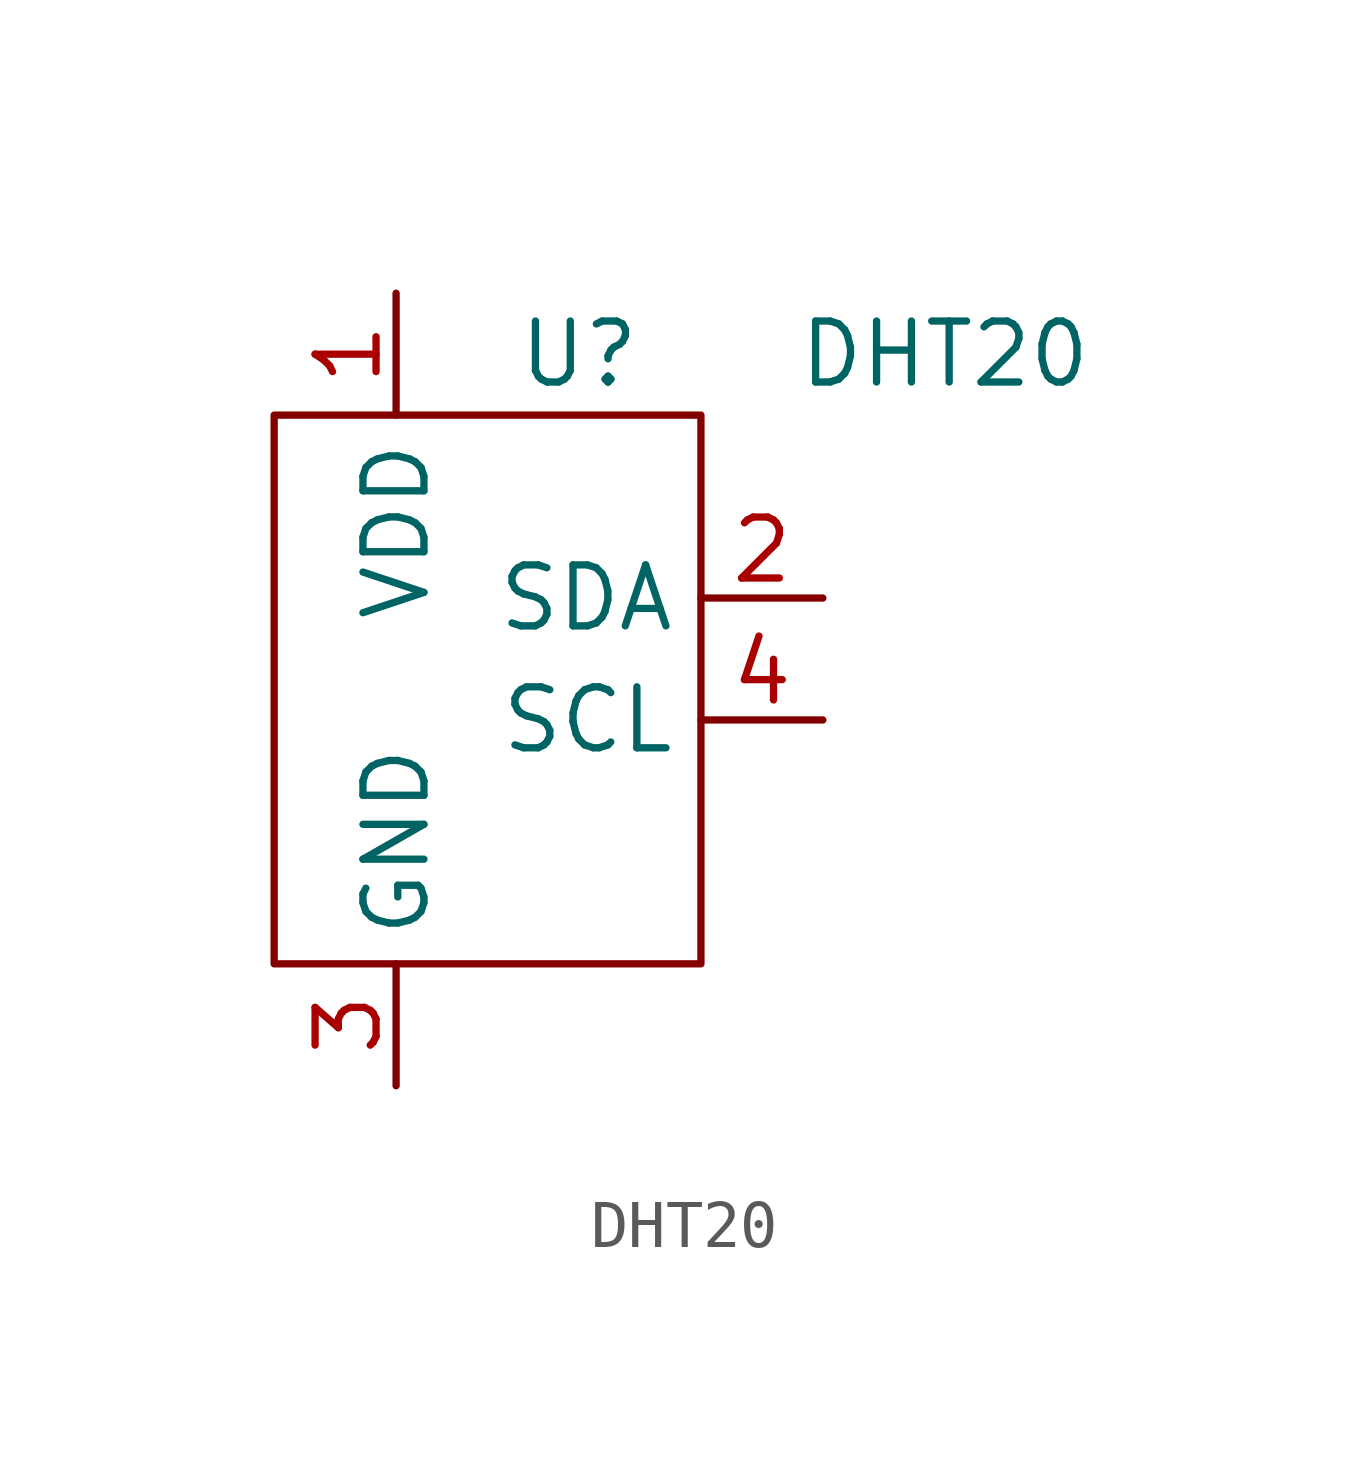
<source format=kicad_sym>
(kicad_symbol_lib
  (version 20220914)
  (generator kicad_symbol_editor)
  (symbol "DHT20"
    (property "Reference" "U"
      (at 7.62 7.62 0)
      (effects (font (size 1.27 1.27))))
    (property "Value" "DHT20"
      (at 15.24 7.62 0)
      (effects (font (size 1.27 1.27))))
    (symbol "DHT20_0_1"
      (rectangle (start 1.27 6.35) (end 10.16 -5.08) (stroke (width 0) (type default)) (fill (type none))))
    (symbol "DHT20_1_1"
      (pin input line (at 3.81 8.89 270) (length 2.54) (name "VDD" (effects (font (size 1.27 1.27)))) (number "1" (effects (font (size 1.27 1.27)))))
      (pin input line (at 12.7 2.54 180) (length 2.54) (name "SDA" (effects (font (size 1.27 1.27)))) (number "2" (effects (font (size 1.27 1.27)))))
      (pin input line (at 3.81 -7.62 90) (length 2.54) (name "GND" (effects (font (size 1.27 1.27)))) (number "3" (effects (font (size 1.27 1.27)))))
      (pin input line (at 12.7 0 180) (length 2.54) (name "SCL" (effects (font (size 1.27 1.27)))) (number "4" (effects (font (size 1.27 1.27))))))))
</source>
